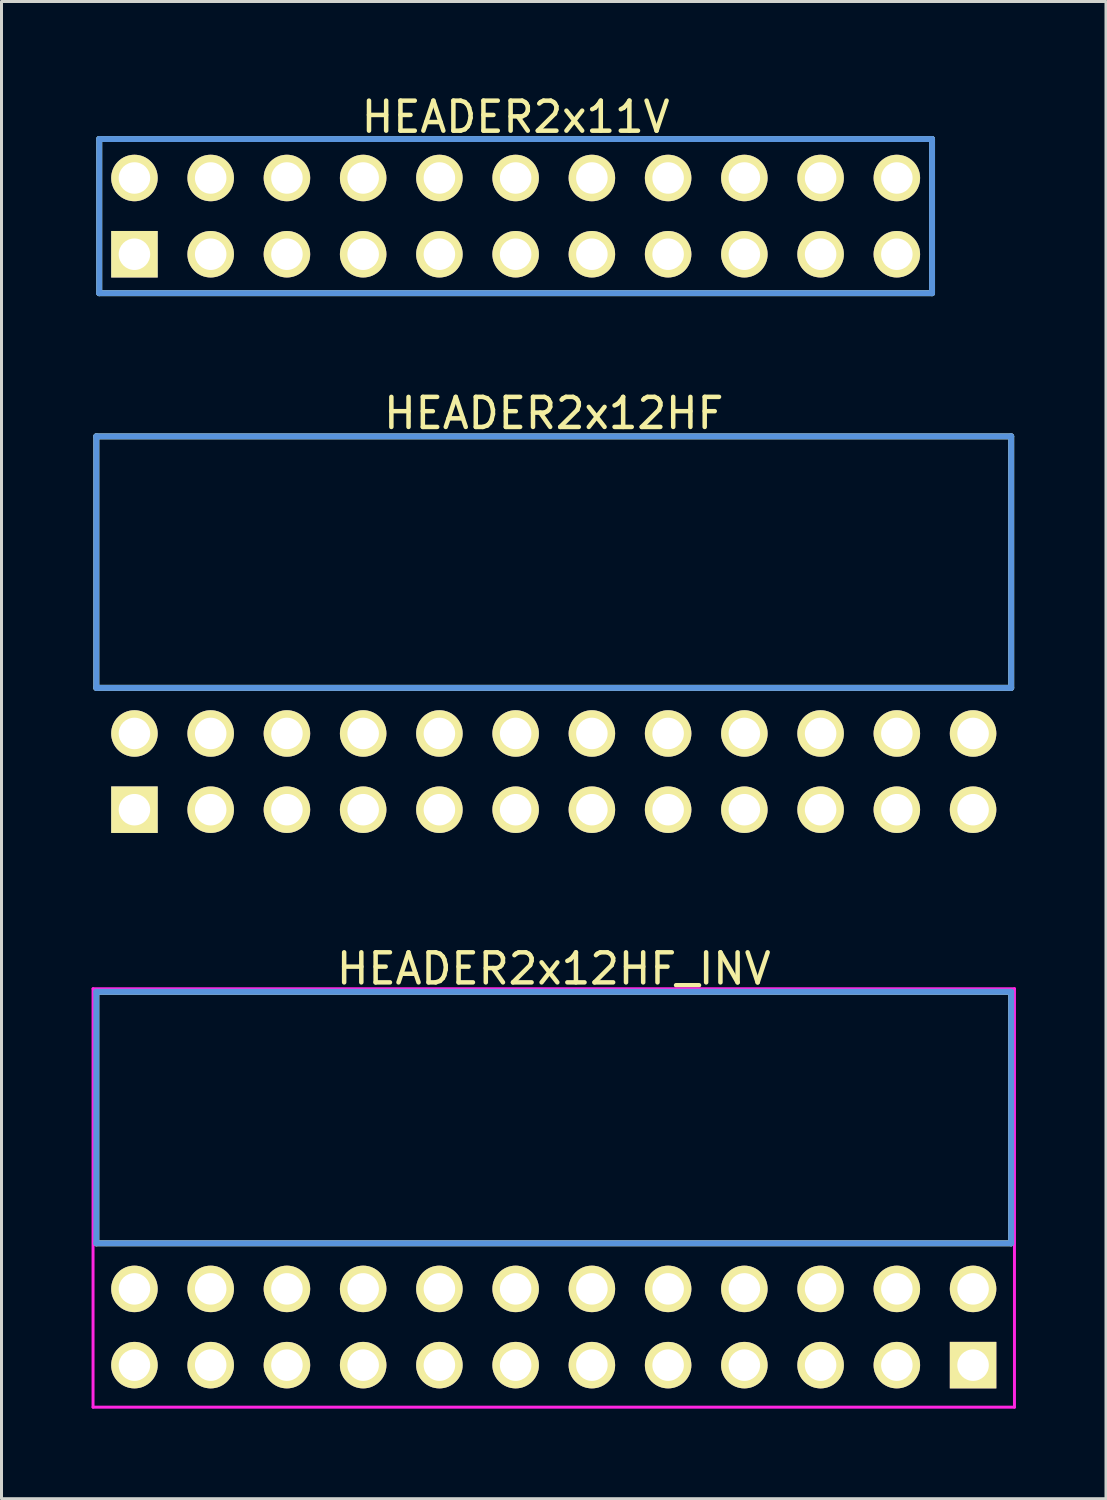
<source format=kicad_pcb>
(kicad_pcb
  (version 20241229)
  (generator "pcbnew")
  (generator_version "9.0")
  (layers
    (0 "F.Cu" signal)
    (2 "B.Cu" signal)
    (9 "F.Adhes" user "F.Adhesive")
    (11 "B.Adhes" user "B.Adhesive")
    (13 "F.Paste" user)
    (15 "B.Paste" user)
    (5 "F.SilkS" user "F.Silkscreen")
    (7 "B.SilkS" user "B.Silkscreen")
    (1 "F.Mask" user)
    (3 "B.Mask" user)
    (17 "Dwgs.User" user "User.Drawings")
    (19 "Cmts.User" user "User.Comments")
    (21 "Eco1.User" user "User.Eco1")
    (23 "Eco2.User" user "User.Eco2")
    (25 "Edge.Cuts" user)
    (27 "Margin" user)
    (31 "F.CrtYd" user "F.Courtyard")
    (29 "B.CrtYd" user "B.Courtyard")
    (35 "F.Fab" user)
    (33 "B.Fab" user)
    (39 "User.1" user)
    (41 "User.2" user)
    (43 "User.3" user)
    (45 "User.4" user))
  (footprint "HEADER2x11V"
    (layer "F.Cu")
    (at 1.429 5.42)
    (property "Reference" "HEADER2x11V" (at 12.7 -4.572 0) (layer "F.SilkS") (effects (font (size 1.001 1.001) (thickness 0.15))))
    (attr through_hole)
    (fp_line (start -1.173 -3.838) (end -1.173 1.298) (stroke (width 0.198) (type solid)) (layer "F.SilkS"))
    (fp_line (start -1.173 1.298) (end 26.573 1.298) (stroke (width 0.198) (type solid)) (layer "F.SilkS"))
    (fp_line (start 26.573 -3.838) (end -1.173 -3.838) (stroke (width 0.198) (type solid)) (layer "F.SilkS"))
    (fp_line (start 26.573 1.298) (end 26.573 -3.838) (stroke (width 0.198) (type solid)) (layer "F.SilkS"))
    (fp_line (start -1.173 -3.838) (end -1.173 1.298) (stroke (width 0.198) (type solid)) (layer "Cmts.User"))
    (fp_line (start -1.173 1.298) (end 26.573 1.298) (stroke (width 0.198) (type solid)) (layer "Cmts.User"))
    (fp_line (start 26.573 -3.838) (end -1.173 -3.838) (stroke (width 0.198) (type solid)) (layer "Cmts.User"))
    (fp_line (start 26.573 1.298) (end 26.573 -3.838) (stroke (width 0.198) (type solid)) (layer "Cmts.User"))
    (fp_line (start -1.379 -3.94) (end -1.379 1.4) (stroke (width 0.099) (type solid)) (layer "Eco1.User"))
    (fp_line (start -1.379 1.4) (end 26.779 1.4) (stroke (width 0.099) (type solid)) (layer "Eco1.User"))
    (fp_line (start 26.779 -3.94) (end -1.379 -3.94) (stroke (width 0.099) (type solid)) (layer "Eco1.User"))
    (fp_line (start 26.779 1.4) (end 26.779 -3.94) (stroke (width 0.099) (type solid)) (layer "Eco1.User"))
    (pad "1" thru_hole rect (at 0 0) (size 1.549 1.549) (drill 1.049) (layers "*.Cu" "*.Mask" "F.SilkS"))
    (pad "2" thru_hole circle (at 0 -2.54) (size 1.549 1.549) (drill 1.049) (layers "*.Cu" "*.Mask" "F.SilkS"))
    (pad "3" thru_hole circle (at 2.54 0) (size 1.549 1.549) (drill 1.049) (layers "*.Cu" "*.Mask" "F.SilkS"))
    (pad "4" thru_hole circle (at 2.54 -2.54) (size 1.549 1.549) (drill 1.049) (layers "*.Cu" "*.Mask" "F.SilkS"))
    (pad "5" thru_hole circle (at 5.08 0) (size 1.549 1.549) (drill 1.049) (layers "*.Cu" "*.Mask" "F.SilkS"))
    (pad "6" thru_hole circle (at 5.08 -2.54) (size 1.549 1.549) (drill 1.049) (layers "*.Cu" "*.Mask" "F.SilkS"))
    (pad "7" thru_hole circle (at 7.62 0) (size 1.549 1.549) (drill 1.049) (layers "*.Cu" "*.Mask" "F.SilkS"))
    (pad "8" thru_hole circle (at 7.62 -2.54) (size 1.549 1.549) (drill 1.049) (layers "*.Cu" "*.Mask" "F.SilkS"))
    (pad "9" thru_hole circle (at 10.16 0) (size 1.549 1.549) (drill 1.049) (layers "*.Cu" "*.Mask" "F.SilkS"))
    (pad "10" thru_hole circle (at 10.16 -2.54) (size 1.549 1.549) (drill 1.049) (layers "*.Cu" "*.Mask" "F.SilkS"))
    (pad "11" thru_hole circle (at 12.7 0) (size 1.549 1.549) (drill 1.049) (layers "*.Cu" "*.Mask" "F.SilkS"))
    (pad "12" thru_hole circle (at 12.7 -2.54) (size 1.549 1.549) (drill 1.049) (layers "*.Cu" "*.Mask" "F.SilkS"))
    (pad "13" thru_hole circle (at 15.24 0) (size 1.549 1.549) (drill 1.049) (layers "*.Cu" "*.Mask" "F.SilkS"))
    (pad "14" thru_hole circle (at 15.24 -2.54) (size 1.549 1.549) (drill 1.049) (layers "*.Cu" "*.Mask" "F.SilkS"))
    (pad "15" thru_hole circle (at 17.78 0) (size 1.549 1.549) (drill 1.049) (layers "*.Cu" "*.Mask" "F.SilkS"))
    (pad "16" thru_hole circle (at 17.78 -2.54) (size 1.549 1.549) (drill 1.049) (layers "*.Cu" "*.Mask" "F.SilkS"))
    (pad "17" thru_hole circle (at 20.32 0) (size 1.549 1.549) (drill 1.049) (layers "*.Cu" "*.Mask" "F.SilkS"))
    (pad "18" thru_hole circle (at 20.32 -2.54) (size 1.549 1.549) (drill 1.049) (layers "*.Cu" "*.Mask" "F.SilkS"))
    (pad "19" thru_hole circle (at 22.86 0) (size 1.549 1.549) (drill 1.049) (layers "*.Cu" "*.Mask" "F.SilkS"))
    (pad "20" thru_hole circle (at 22.86 -2.54) (size 1.549 1.549) (drill 1.049) (layers "*.Cu" "*.Mask" "F.SilkS"))
    (pad "21" thru_hole circle (at 25.4 0) (size 1.549 1.549) (drill 1.049) (layers "*.Cu" "*.Mask" "F.SilkS"))
    (pad "22" thru_hole circle (at 25.4 -2.54) (size 1.549 1.549) (drill 1.049) (layers "*.Cu" "*.Mask" "F.SilkS")))
  (footprint "HEADER2x12HF"
    (layer "F.Cu")
    (at 1.429 23.926)
    (property "Reference" "HEADER2x12HF" (at 13.97 -13.208 0) (layer "F.SilkS") (effects (font (size 1.001 1.001) (thickness 0.15))))
    (attr through_hole)
    (fp_line (start -1.27 -12.438) (end -1.27 -4.059) (stroke (width 0.198) (type solid)) (layer "F.SilkS"))
    (fp_line (start -1.27 -4.059) (end 29.21 -4.059) (stroke (width 0.198) (type solid)) (layer "F.SilkS"))
    (fp_line (start 29.21 -12.438) (end -1.27 -12.438) (stroke (width 0.198) (type solid)) (layer "F.SilkS"))
    (fp_line (start 29.21 -4.059) (end 29.21 -12.438) (stroke (width 0.198) (type solid)) (layer "F.SilkS"))
    (fp_line (start -1.27 -12.438) (end -1.27 -4.059) (stroke (width 0.198) (type solid)) (layer "Cmts.User"))
    (fp_line (start -1.27 -4.059) (end 29.21 -4.059) (stroke (width 0.198) (type solid)) (layer "Cmts.User"))
    (fp_line (start 29.21 -12.438) (end -1.27 -12.438) (stroke (width 0.198) (type solid)) (layer "Cmts.User"))
    (fp_line (start 29.21 -4.059) (end 29.21 -12.438) (stroke (width 0.198) (type solid)) (layer "Cmts.User"))
    (fp_line (start -1.379 -12.54) (end 29.319 -12.54) (stroke (width 0.099) (type solid)) (layer "Eco1.User"))
    (fp_line (start -1.379 1.4) (end -1.379 -12.54) (stroke (width 0.099) (type solid)) (layer "Eco1.User"))
    (fp_line (start 29.319 -12.54) (end 29.319 1.4) (stroke (width 0.099) (type solid)) (layer "Eco1.User"))
    (fp_line (start 29.319 1.4) (end -1.379 1.4) (stroke (width 0.099) (type solid)) (layer "Eco1.User"))
    (pad "1" thru_hole rect (at 0 0) (size 1.549 1.549) (drill 1.049) (layers "*.Cu" "*.Mask" "F.SilkS"))
    (pad "2" thru_hole circle (at 0 -2.54) (size 1.549 1.549) (drill 1.049) (layers "*.Cu" "*.Mask" "F.SilkS"))
    (pad "3" thru_hole circle (at 2.54 0) (size 1.549 1.549) (drill 1.049) (layers "*.Cu" "*.Mask" "F.SilkS"))
    (pad "4" thru_hole circle (at 2.54 -2.54) (size 1.549 1.549) (drill 1.049) (layers "*.Cu" "*.Mask" "F.SilkS"))
    (pad "5" thru_hole circle (at 5.08 0) (size 1.549 1.549) (drill 1.049) (layers "*.Cu" "*.Mask" "F.SilkS"))
    (pad "6" thru_hole circle (at 5.08 -2.54) (size 1.549 1.549) (drill 1.049) (layers "*.Cu" "*.Mask" "F.SilkS"))
    (pad "7" thru_hole circle (at 7.62 0) (size 1.549 1.549) (drill 1.049) (layers "*.Cu" "*.Mask" "F.SilkS"))
    (pad "8" thru_hole circle (at 7.62 -2.54) (size 1.549 1.549) (drill 1.049) (layers "*.Cu" "*.Mask" "F.SilkS"))
    (pad "9" thru_hole circle (at 10.16 0) (size 1.549 1.549) (drill 1.049) (layers "*.Cu" "*.Mask" "F.SilkS"))
    (pad "10" thru_hole circle (at 10.16 -2.54) (size 1.549 1.549) (drill 1.049) (layers "*.Cu" "*.Mask" "F.SilkS"))
    (pad "11" thru_hole circle (at 12.7 0) (size 1.549 1.549) (drill 1.049) (layers "*.Cu" "*.Mask" "F.SilkS"))
    (pad "12" thru_hole circle (at 12.7 -2.54) (size 1.549 1.549) (drill 1.049) (layers "*.Cu" "*.Mask" "F.SilkS"))
    (pad "13" thru_hole circle (at 15.24 0) (size 1.549 1.549) (drill 1.049) (layers "*.Cu" "*.Mask" "F.SilkS"))
    (pad "14" thru_hole circle (at 15.24 -2.54) (size 1.549 1.549) (drill 1.049) (layers "*.Cu" "*.Mask" "F.SilkS"))
    (pad "15" thru_hole circle (at 17.78 0) (size 1.549 1.549) (drill 1.049) (layers "*.Cu" "*.Mask" "F.SilkS"))
    (pad "16" thru_hole circle (at 17.78 -2.54) (size 1.549 1.549) (drill 1.049) (layers "*.Cu" "*.Mask" "F.SilkS"))
    (pad "17" thru_hole circle (at 20.32 0) (size 1.549 1.549) (drill 1.049) (layers "*.Cu" "*.Mask" "F.SilkS"))
    (pad "18" thru_hole circle (at 20.32 -2.54) (size 1.549 1.549) (drill 1.049) (layers "*.Cu" "*.Mask" "F.SilkS"))
    (pad "19" thru_hole circle (at 22.86 0) (size 1.549 1.549) (drill 1.049) (layers "*.Cu" "*.Mask" "F.SilkS"))
    (pad "20" thru_hole circle (at 22.86 -2.54) (size 1.549 1.549) (drill 1.049) (layers "*.Cu" "*.Mask" "F.SilkS"))
    (pad "21" thru_hole circle (at 25.4 0) (size 1.549 1.549) (drill 1.049) (layers "*.Cu" "*.Mask" "F.SilkS"))
    (pad "22" thru_hole circle (at 25.4 -2.54) (size 1.549 1.549) (drill 1.049) (layers "*.Cu" "*.Mask" "F.SilkS"))
    (pad "23" thru_hole circle (at 27.94 0) (size 1.549 1.549) (drill 1.049) (layers "*.Cu" "*.Mask" "F.SilkS"))
    (pad "24" thru_hole circle (at 27.94 -2.54) (size 1.549 1.549) (drill 1.049) (layers "*.Cu" "*.Mask" "F.SilkS")))
  (footprint "HEADER2x12HF_INV"
    (layer "F.Cu")
    (at 1.429 42.431)
    (property "Reference" "HEADER2x12HF_INV" (at 13.97 -13.208 0) (layer "F.SilkS") (effects (font (size 1.001 1.001) (thickness 0.15))))
    (attr through_hole)
    (fp_line (start -1.27 -12.438) (end -1.27 -4.059) (stroke (width 0.198) (type solid)) (layer "F.SilkS"))
    (fp_line (start -1.27 -4.059) (end 29.21 -4.059) (stroke (width 0.198) (type solid)) (layer "F.SilkS"))
    (fp_line (start 29.21 -12.438) (end -1.27 -12.438) (stroke (width 0.198) (type solid)) (layer "F.SilkS"))
    (fp_line (start 29.21 -4.059) (end 29.21 -12.438) (stroke (width 0.198) (type solid)) (layer "F.SilkS"))
    (fp_line (start -1.27 -12.438) (end -1.27 -4.059) (stroke (width 0.198) (type solid)) (layer "Cmts.User"))
    (fp_line (start -1.27 -4.059) (end 29.21 -4.059) (stroke (width 0.198) (type solid)) (layer "Cmts.User"))
    (fp_line (start 29.21 -12.438) (end -1.27 -12.438) (stroke (width 0.198) (type solid)) (layer "Cmts.User"))
    (fp_line (start 29.21 -4.059) (end 29.21 -12.438) (stroke (width 0.198) (type solid)) (layer "Cmts.User"))
    (fp_line (start -1.379 -12.54) (end 29.319 -12.54) (stroke (width 0.099) (type solid)) (layer "F.CrtYd"))
    (fp_line (start -1.379 1.4) (end -1.379 -12.54) (stroke (width 0.099) (type solid)) (layer "F.CrtYd"))
    (fp_line (start 29.319 -12.54) (end 29.319 1.4) (stroke (width 0.099) (type solid)) (layer "F.CrtYd"))
    (fp_line (start 29.319 1.4) (end -1.379 1.4) (stroke (width 0.099) (type solid)) (layer "F.CrtYd"))
    (pad "1" thru_hole rect (at 27.94 0) (size 1.549 1.549) (drill 1.049) (layers "*.Cu" "*.Mask" "F.SilkS"))
    (pad "2" thru_hole circle (at 27.94 -2.54) (size 1.549 1.549) (drill 1.049) (layers "*.Cu" "*.Mask" "F.SilkS"))
    (pad "3" thru_hole circle (at 25.4 0) (size 1.549 1.549) (drill 1.049) (layers "*.Cu" "*.Mask" "F.SilkS"))
    (pad "4" thru_hole circle (at 25.4 -2.54) (size 1.549 1.549) (drill 1.049) (layers "*.Cu" "*.Mask" "F.SilkS"))
    (pad "5" thru_hole circle (at 22.86 0) (size 1.549 1.549) (drill 1.049) (layers "*.Cu" "*.Mask" "F.SilkS"))
    (pad "6" thru_hole circle (at 22.86 -2.54) (size 1.549 1.549) (drill 1.049) (layers "*.Cu" "*.Mask" "F.SilkS"))
    (pad "7" thru_hole circle (at 20.32 0) (size 1.549 1.549) (drill 1.049) (layers "*.Cu" "*.Mask" "F.SilkS"))
    (pad "8" thru_hole circle (at 20.32 -2.54) (size 1.549 1.549) (drill 1.049) (layers "*.Cu" "*.Mask" "F.SilkS"))
    (pad "9" thru_hole circle (at 17.78 0) (size 1.549 1.549) (drill 1.049) (layers "*.Cu" "*.Mask" "F.SilkS"))
    (pad "10" thru_hole circle (at 17.78 -2.54) (size 1.549 1.549) (drill 1.049) (layers "*.Cu" "*.Mask" "F.SilkS"))
    (pad "11" thru_hole circle (at 15.24 0) (size 1.549 1.549) (drill 1.049) (layers "*.Cu" "*.Mask" "F.SilkS"))
    (pad "12" thru_hole circle (at 15.24 -2.54) (size 1.549 1.549) (drill 1.049) (layers "*.Cu" "*.Mask" "F.SilkS"))
    (pad "13" thru_hole circle (at 12.7 0) (size 1.549 1.549) (drill 1.049) (layers "*.Cu" "*.Mask" "F.SilkS"))
    (pad "14" thru_hole circle (at 12.7 -2.54) (size 1.549 1.549) (drill 1.049) (layers "*.Cu" "*.Mask" "F.SilkS"))
    (pad "15" thru_hole circle (at 10.16 0) (size 1.549 1.549) (drill 1.049) (layers "*.Cu" "*.Mask" "F.SilkS"))
    (pad "16" thru_hole circle (at 10.16 -2.54) (size 1.549 1.549) (drill 1.049) (layers "*.Cu" "*.Mask" "F.SilkS"))
    (pad "17" thru_hole circle (at 7.62 0) (size 1.549 1.549) (drill 1.049) (layers "*.Cu" "*.Mask" "F.SilkS"))
    (pad "18" thru_hole circle (at 7.62 -2.54) (size 1.549 1.549) (drill 1.049) (layers "*.Cu" "*.Mask" "F.SilkS"))
    (pad "19" thru_hole circle (at 5.08 0) (size 1.549 1.549) (drill 1.049) (layers "*.Cu" "*.Mask" "F.SilkS"))
    (pad "20" thru_hole circle (at 5.08 -2.54) (size 1.549 1.549) (drill 1.049) (layers "*.Cu" "*.Mask" "F.SilkS"))
    (pad "21" thru_hole circle (at 2.54 0) (size 1.549 1.549) (drill 1.049) (layers "*.Cu" "*.Mask" "F.SilkS"))
    (pad "22" thru_hole circle (at 2.54 -2.54) (size 1.549 1.549) (drill 1.049) (layers "*.Cu" "*.Mask" "F.SilkS"))
    (pad "23" thru_hole circle (at 0 0) (size 1.549 1.549) (drill 1.049) (layers "*.Cu" "*.Mask" "F.SilkS"))
    (pad "24" thru_hole circle (at 0 -2.54) (size 1.549 1.549) (drill 1.049) (layers "*.Cu" "*.Mask" "F.SilkS")))
  (gr_rect
    (start -3 -3)
    (end 33.797 46.881)
    (stroke (width 0.1) (type default))
    (fill no)
    (layer "Edge.Cuts")))
</source>
